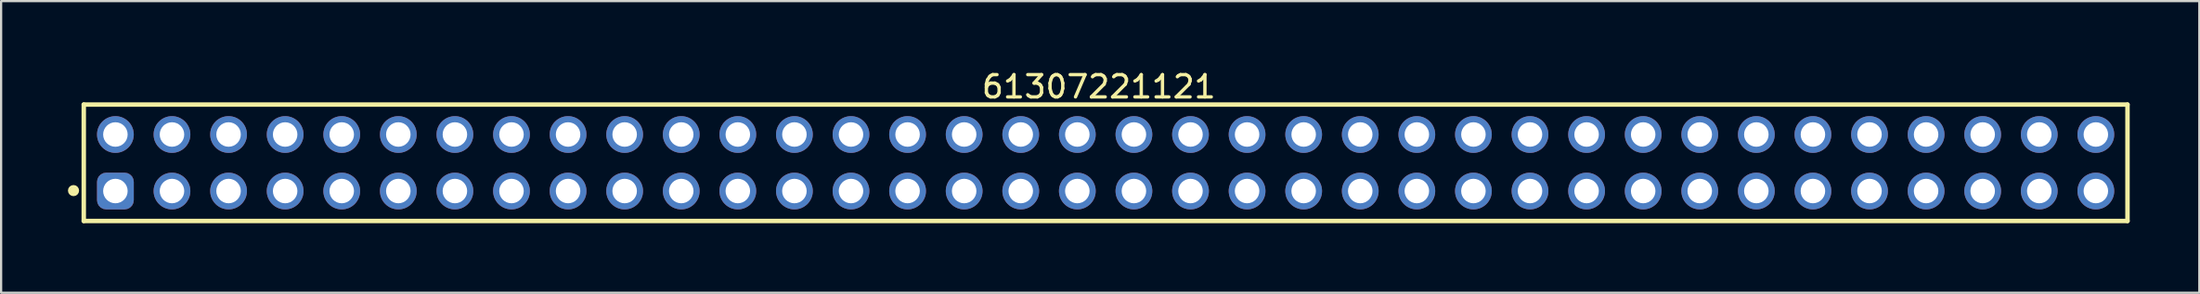
<source format=kicad_pcb>
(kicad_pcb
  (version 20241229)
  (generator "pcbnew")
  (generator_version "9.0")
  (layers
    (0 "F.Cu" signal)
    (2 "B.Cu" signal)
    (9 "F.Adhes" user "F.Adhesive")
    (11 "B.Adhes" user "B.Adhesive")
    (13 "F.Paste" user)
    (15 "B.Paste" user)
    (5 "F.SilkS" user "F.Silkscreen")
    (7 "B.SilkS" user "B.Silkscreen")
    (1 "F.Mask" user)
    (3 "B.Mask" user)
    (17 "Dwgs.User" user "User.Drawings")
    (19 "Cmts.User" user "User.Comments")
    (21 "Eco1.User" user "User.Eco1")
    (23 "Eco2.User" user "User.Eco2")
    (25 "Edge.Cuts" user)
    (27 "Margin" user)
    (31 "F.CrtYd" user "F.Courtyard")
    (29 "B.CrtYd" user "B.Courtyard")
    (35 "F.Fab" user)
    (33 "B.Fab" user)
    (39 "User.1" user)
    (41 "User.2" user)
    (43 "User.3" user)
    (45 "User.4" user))
  (footprint "61307221121"
    (layer "F.Cu")
    (at 46.58 4.263)
    (property "Reference" "61307221121" (at -0.305 -3.415 0) (layer "F.SilkS") (effects (font (size 1 1) (thickness 0.15))))
    (fp_line (start -45.87 -2.615) (end 45.87 -2.615) (stroke (width 0.2) (type solid)) (layer "F.SilkS"))
    (fp_line (start -45.87 2.615) (end -45.87 -2.615) (stroke (width 0.2) (type solid)) (layer "F.SilkS"))
    (fp_line (start -45.87 2.615) (end 45.87 2.615) (stroke (width 0.2) (type solid)) (layer "F.SilkS"))
    (fp_line (start 45.87 2.615) (end 45.87 -2.615) (stroke (width 0.2) (type solid)) (layer "F.SilkS"))
    (fp_circle (center -46.33 1.25) (end -46.33 1.125) (stroke (width 0.25) (type solid)) (fill no) (layer "F.SilkS"))
    (fp_line (start -46.07 -2.815) (end 46.07 -2.815) (stroke (width 0.05) (type solid)) (layer "Eco2.User"))
    (fp_line (start -46.07 2.815) (end -46.07 -2.815) (stroke (width 0.05) (type solid)) (layer "Eco2.User"))
    (fp_line (start -46.07 2.815) (end 46.07 2.815) (stroke (width 0.05) (type solid)) (layer "Eco2.User"))
    (fp_line (start -45.72 -2.54) (end 45.72 -2.54) (stroke (width 0.1) (type solid)) (layer "Eco2.User"))
    (fp_line (start -45.72 2.54) (end -45.72 -2.54) (stroke (width 0.1) (type solid)) (layer "Eco2.User"))
    (fp_line (start -45.72 2.54) (end 45.72 2.54) (stroke (width 0.1) (type solid)) (layer "Eco2.User"))
    (fp_line (start -0.5 0) (end 0.5 0) (stroke (width 0.05) (type solid)) (layer "Eco2.User"))
    (fp_line (start 0 0.5) (end 0 -0.5) (stroke (width 0.05) (type solid)) (layer "Eco2.User"))
    (fp_line (start 45.72 2.54) (end 45.72 -2.54) (stroke (width 0.1) (type solid)) (layer "Eco2.User"))
    (fp_line (start 46.07 2.815) (end 46.07 -2.815) (stroke (width 0.05) (type solid)) (layer "Eco2.User"))
    (fp_text user "${REFERENCE}" (at 0.15 -0.197 0) (unlocked yes) (layer "User.3") (effects (font (size 1.5 1.5) (thickness 0.15))))
    (pad "1" thru_hole roundrect (at -44.45 1.27) (size 1.65 1.65) (drill 1.1) (layers "*.Cu" "*.Mask") (roundrect_rratio 0.25))
    (pad "2" thru_hole circle (at -44.45 -1.27) (size 1.65 1.65) (drill 1.1) (layers "*.Cu" "*.Mask"))
    (pad "3" thru_hole circle (at -41.91 1.27) (size 1.65 1.65) (drill 1.1) (layers "*.Cu" "*.Mask"))
    (pad "4" thru_hole circle (at -41.91 -1.27) (size 1.65 1.65) (drill 1.1) (layers "*.Cu" "*.Mask"))
    (pad "5" thru_hole circle (at -39.37 1.27) (size 1.65 1.65) (drill 1.1) (layers "*.Cu" "*.Mask"))
    (pad "6" thru_hole circle (at -39.37 -1.27) (size 1.65 1.65) (drill 1.1) (layers "*.Cu" "*.Mask"))
    (pad "7" thru_hole circle (at -36.83 1.27) (size 1.65 1.65) (drill 1.1) (layers "*.Cu" "*.Mask"))
    (pad "8" thru_hole circle (at -36.83 -1.27) (size 1.65 1.65) (drill 1.1) (layers "*.Cu" "*.Mask"))
    (pad "9" thru_hole circle (at -34.29 1.27) (size 1.65 1.65) (drill 1.1) (layers "*.Cu" "*.Mask"))
    (pad "10" thru_hole circle (at -34.29 -1.27) (size 1.65 1.65) (drill 1.1) (layers "*.Cu" "*.Mask"))
    (pad "11" thru_hole circle (at -31.75 1.27) (size 1.65 1.65) (drill 1.1) (layers "*.Cu" "*.Mask"))
    (pad "12" thru_hole circle (at -31.75 -1.27) (size 1.65 1.65) (drill 1.1) (layers "*.Cu" "*.Mask"))
    (pad "13" thru_hole circle (at -29.21 1.27) (size 1.65 1.65) (drill 1.1) (layers "*.Cu" "*.Mask"))
    (pad "14" thru_hole circle (at -29.21 -1.27) (size 1.65 1.65) (drill 1.1) (layers "*.Cu" "*.Mask"))
    (pad "15" thru_hole circle (at -26.67 1.27) (size 1.65 1.65) (drill 1.1) (layers "*.Cu" "*.Mask"))
    (pad "16" thru_hole circle (at -26.67 -1.27) (size 1.65 1.65) (drill 1.1) (layers "*.Cu" "*.Mask"))
    (pad "17" thru_hole circle (at -24.13 1.27) (size 1.65 1.65) (drill 1.1) (layers "*.Cu" "*.Mask"))
    (pad "18" thru_hole circle (at -24.13 -1.27) (size 1.65 1.65) (drill 1.1) (layers "*.Cu" "*.Mask"))
    (pad "19" thru_hole circle (at -21.59 1.27) (size 1.65 1.65) (drill 1.1) (layers "*.Cu" "*.Mask"))
    (pad "20" thru_hole circle (at -21.59 -1.27) (size 1.65 1.65) (drill 1.1) (layers "*.Cu" "*.Mask"))
    (pad "21" thru_hole circle (at -19.05 1.27) (size 1.65 1.65) (drill 1.1) (layers "*.Cu" "*.Mask"))
    (pad "22" thru_hole circle (at -19.05 -1.27) (size 1.65 1.65) (drill 1.1) (layers "*.Cu" "*.Mask"))
    (pad "23" thru_hole circle (at -16.51 1.27) (size 1.65 1.65) (drill 1.1) (layers "*.Cu" "*.Mask"))
    (pad "24" thru_hole circle (at -16.51 -1.27) (size 1.65 1.65) (drill 1.1) (layers "*.Cu" "*.Mask"))
    (pad "25" thru_hole circle (at -13.97 1.27) (size 1.65 1.65) (drill 1.1) (layers "*.Cu" "*.Mask"))
    (pad "26" thru_hole circle (at -13.97 -1.27) (size 1.65 1.65) (drill 1.1) (layers "*.Cu" "*.Mask"))
    (pad "27" thru_hole circle (at -11.43 1.27) (size 1.65 1.65) (drill 1.1) (layers "*.Cu" "*.Mask"))
    (pad "28" thru_hole circle (at -11.43 -1.27) (size 1.65 1.65) (drill 1.1) (layers "*.Cu" "*.Mask"))
    (pad "29" thru_hole circle (at -8.89 1.27) (size 1.65 1.65) (drill 1.1) (layers "*.Cu" "*.Mask"))
    (pad "30" thru_hole circle (at -8.89 -1.27) (size 1.65 1.65) (drill 1.1) (layers "*.Cu" "*.Mask"))
    (pad "31" thru_hole circle (at -6.35 1.27) (size 1.65 1.65) (drill 1.1) (layers "*.Cu" "*.Mask"))
    (pad "32" thru_hole circle (at -6.35 -1.27) (size 1.65 1.65) (drill 1.1) (layers "*.Cu" "*.Mask"))
    (pad "33" thru_hole circle (at -3.81 1.27) (size 1.65 1.65) (drill 1.1) (layers "*.Cu" "*.Mask"))
    (pad "34" thru_hole circle (at -3.81 -1.27) (size 1.65 1.65) (drill 1.1) (layers "*.Cu" "*.Mask"))
    (pad "35" thru_hole circle (at -1.27 1.27) (size 1.65 1.65) (drill 1.1) (layers "*.Cu" "*.Mask"))
    (pad "36" thru_hole circle (at -1.27 -1.27) (size 1.65 1.65) (drill 1.1) (layers "*.Cu" "*.Mask"))
    (pad "37" thru_hole circle (at 1.27 1.27) (size 1.65 1.65) (drill 1.1) (layers "*.Cu" "*.Mask"))
    (pad "38" thru_hole circle (at 1.27 -1.27) (size 1.65 1.65) (drill 1.1) (layers "*.Cu" "*.Mask"))
    (pad "39" thru_hole circle (at 3.81 1.27) (size 1.65 1.65) (drill 1.1) (layers "*.Cu" "*.Mask"))
    (pad "40" thru_hole circle (at 3.81 -1.27) (size 1.65 1.65) (drill 1.1) (layers "*.Cu" "*.Mask"))
    (pad "41" thru_hole circle (at 6.35 1.27) (size 1.65 1.65) (drill 1.1) (layers "*.Cu" "*.Mask"))
    (pad "42" thru_hole circle (at 6.35 -1.27) (size 1.65 1.65) (drill 1.1) (layers "*.Cu" "*.Mask"))
    (pad "43" thru_hole circle (at 8.89 1.27) (size 1.65 1.65) (drill 1.1) (layers "*.Cu" "*.Mask"))
    (pad "44" thru_hole circle (at 8.89 -1.27) (size 1.65 1.65) (drill 1.1) (layers "*.Cu" "*.Mask"))
    (pad "45" thru_hole circle (at 11.43 1.27) (size 1.65 1.65) (drill 1.1) (layers "*.Cu" "*.Mask"))
    (pad "46" thru_hole circle (at 11.43 -1.27) (size 1.65 1.65) (drill 1.1) (layers "*.Cu" "*.Mask"))
    (pad "47" thru_hole circle (at 13.97 1.27) (size 1.65 1.65) (drill 1.1) (layers "*.Cu" "*.Mask"))
    (pad "48" thru_hole circle (at 13.97 -1.27) (size 1.65 1.65) (drill 1.1) (layers "*.Cu" "*.Mask"))
    (pad "49" thru_hole circle (at 16.51 1.27) (size 1.65 1.65) (drill 1.1) (layers "*.Cu" "*.Mask"))
    (pad "50" thru_hole circle (at 16.51 -1.27) (size 1.65 1.65) (drill 1.1) (layers "*.Cu" "*.Mask"))
    (pad "51" thru_hole circle (at 19.05 1.27) (size 1.65 1.65) (drill 1.1) (layers "*.Cu" "*.Mask"))
    (pad "52" thru_hole circle (at 19.05 -1.27) (size 1.65 1.65) (drill 1.1) (layers "*.Cu" "*.Mask"))
    (pad "53" thru_hole circle (at 21.59 1.27) (size 1.65 1.65) (drill 1.1) (layers "*.Cu" "*.Mask"))
    (pad "54" thru_hole circle (at 21.59 -1.27) (size 1.65 1.65) (drill 1.1) (layers "*.Cu" "*.Mask"))
    (pad "55" thru_hole circle (at 24.13 1.27) (size 1.65 1.65) (drill 1.1) (layers "*.Cu" "*.Mask"))
    (pad "56" thru_hole circle (at 24.13 -1.27) (size 1.65 1.65) (drill 1.1) (layers "*.Cu" "*.Mask"))
    (pad "57" thru_hole circle (at 26.67 1.27) (size 1.65 1.65) (drill 1.1) (layers "*.Cu" "*.Mask"))
    (pad "58" thru_hole circle (at 26.67 -1.27) (size 1.65 1.65) (drill 1.1) (layers "*.Cu" "*.Mask"))
    (pad "59" thru_hole circle (at 29.21 1.27) (size 1.65 1.65) (drill 1.1) (layers "*.Cu" "*.Mask"))
    (pad "60" thru_hole circle (at 29.21 -1.27) (size 1.65 1.65) (drill 1.1) (layers "*.Cu" "*.Mask"))
    (pad "61" thru_hole circle (at 31.75 1.27) (size 1.65 1.65) (drill 1.1) (layers "*.Cu" "*.Mask"))
    (pad "62" thru_hole circle (at 31.75 -1.27) (size 1.65 1.65) (drill 1.1) (layers "*.Cu" "*.Mask"))
    (pad "63" thru_hole circle (at 34.29 1.27) (size 1.65 1.65) (drill 1.1) (layers "*.Cu" "*.Mask"))
    (pad "64" thru_hole circle (at 34.29 -1.27) (size 1.65 1.65) (drill 1.1) (layers "*.Cu" "*.Mask"))
    (pad "65" thru_hole circle (at 36.83 1.27) (size 1.65 1.65) (drill 1.1) (layers "*.Cu" "*.Mask"))
    (pad "66" thru_hole circle (at 36.83 -1.27) (size 1.65 1.65) (drill 1.1) (layers "*.Cu" "*.Mask"))
    (pad "67" thru_hole circle (at 39.37 1.27) (size 1.65 1.65) (drill 1.1) (layers "*.Cu" "*.Mask"))
    (pad "68" thru_hole circle (at 39.37 -1.27) (size 1.65 1.65) (drill 1.1) (layers "*.Cu" "*.Mask"))
    (pad "69" thru_hole circle (at 41.91 1.27) (size 1.65 1.65) (drill 1.1) (layers "*.Cu" "*.Mask"))
    (pad "70" thru_hole circle (at 41.91 -1.27) (size 1.65 1.65) (drill 1.1) (layers "*.Cu" "*.Mask"))
    (pad "71" thru_hole circle (at 44.45 1.27) (size 1.65 1.65) (drill 1.1) (layers "*.Cu" "*.Mask"))
    (pad "72" thru_hole circle (at 44.45 -1.27) (size 1.65 1.65) (drill 1.1) (layers "*.Cu" "*.Mask")))
  (gr_rect
    (start -3 -3)
    (end 95.675 10.103)
    (stroke (width 0.1) (type default))
    (fill no)
    (layer "Edge.Cuts")))
</source>
